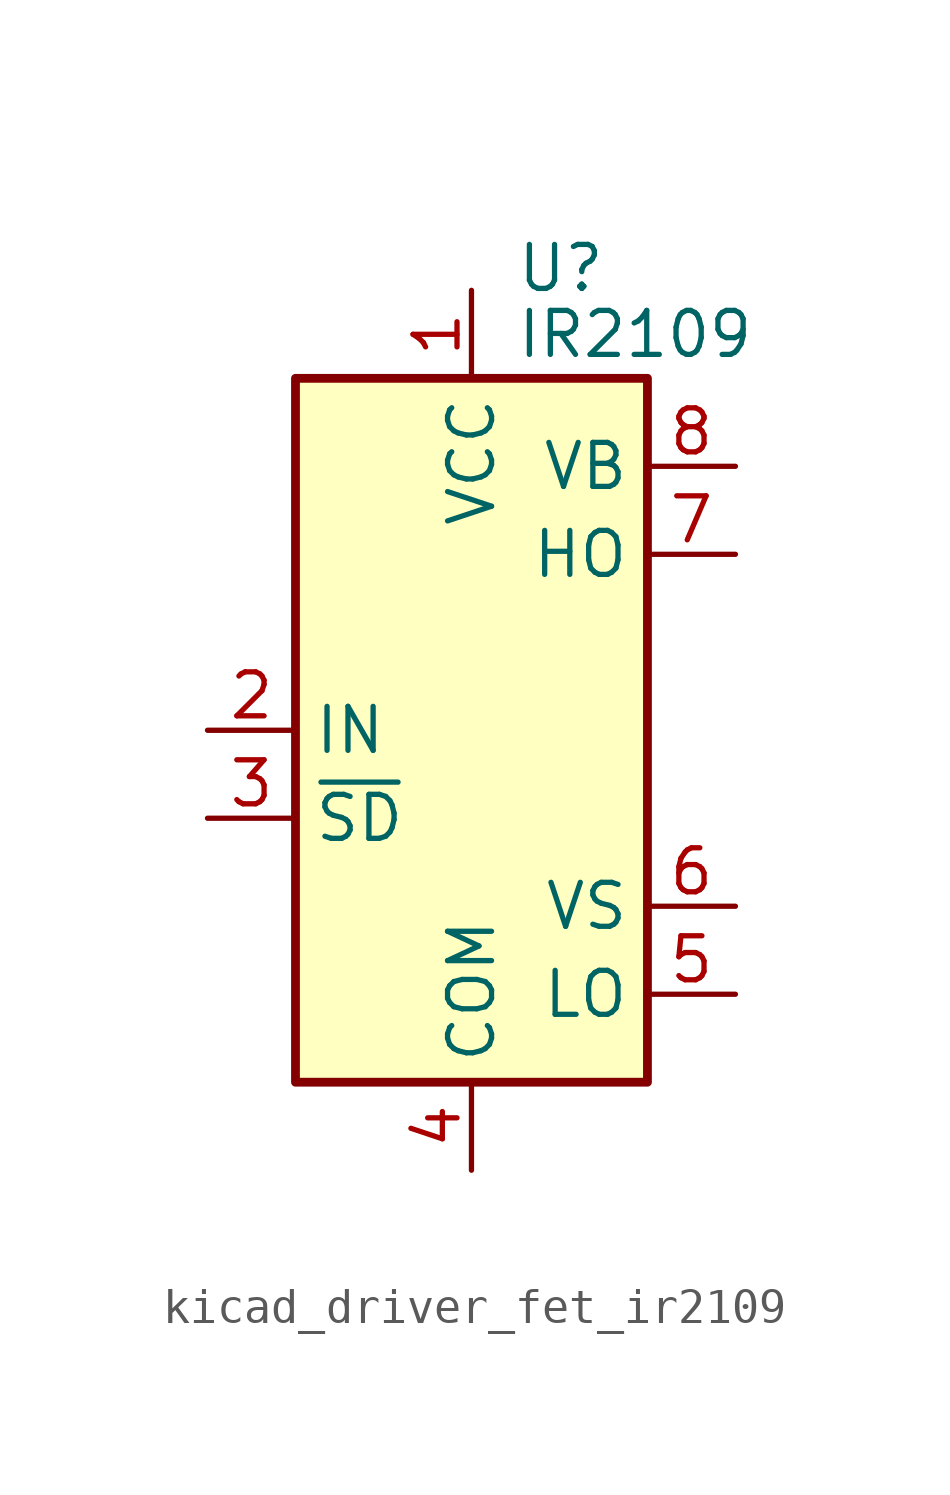
<source format=kicad_sym>
(kicad_symbol_lib
  (version 20220914)
  (generator kicad_symbol_editor)
  (symbol "kicad_driver_fet_ir2109"
    (property "Reference" "U"
      (at 1.27 13.335 0)
      (effects (font (size 1.27 1.27)) (justify left)))
    (property "Value" "IR2109"
      (at 1.27 11.43 0)
      (effects (font (size 1.27 1.27)) (justify left)))
    (symbol "kicad_driver_fet_ir2109_0_1"
      (rectangle (start -5.08 -10.16) (end 5.08 10.16) (stroke (width 0.254) (type default)) (fill (type background))))
    (symbol "kicad_driver_fet_ir2109_1_1"
      (pin power_in line (at 0 12.7 270) (length 2.54) (name "VCC" (effects (font (size 1.27 1.27)))) (number "1" (effects (font (size 1.27 1.27)))))
      (pin input line (at -7.62 0 0) (length 2.54) (name "IN" (effects (font (size 1.27 1.27)))) (number "2" (effects (font (size 1.27 1.27)))))
      (pin input line (at -7.62 -2.54 0) (length 2.54) (name "~{SD}" (effects (font (size 1.27 1.27)))) (number "3" (effects (font (size 1.27 1.27)))))
      (pin power_in line (at 0 -12.7 90) (length 2.54) (name "COM" (effects (font (size 1.27 1.27)))) (number "4" (effects (font (size 1.27 1.27)))))
      (pin output line (at 7.62 -7.62 180) (length 2.54) (name "LO" (effects (font (size 1.27 1.27)))) (number "5" (effects (font (size 1.27 1.27)))))
      (pin passive line (at 7.62 -5.08 180) (length 2.54) (name "VS" (effects (font (size 1.27 1.27)))) (number "6" (effects (font (size 1.27 1.27)))))
      (pin output line (at 7.62 5.08 180) (length 2.54) (name "HO" (effects (font (size 1.27 1.27)))) (number "7" (effects (font (size 1.27 1.27)))))
      (pin passive line (at 7.62 7.62 180) (length 2.54) (name "VB" (effects (font (size 1.27 1.27)))) (number "8" (effects (font (size 1.27 1.27))))))))
</source>
